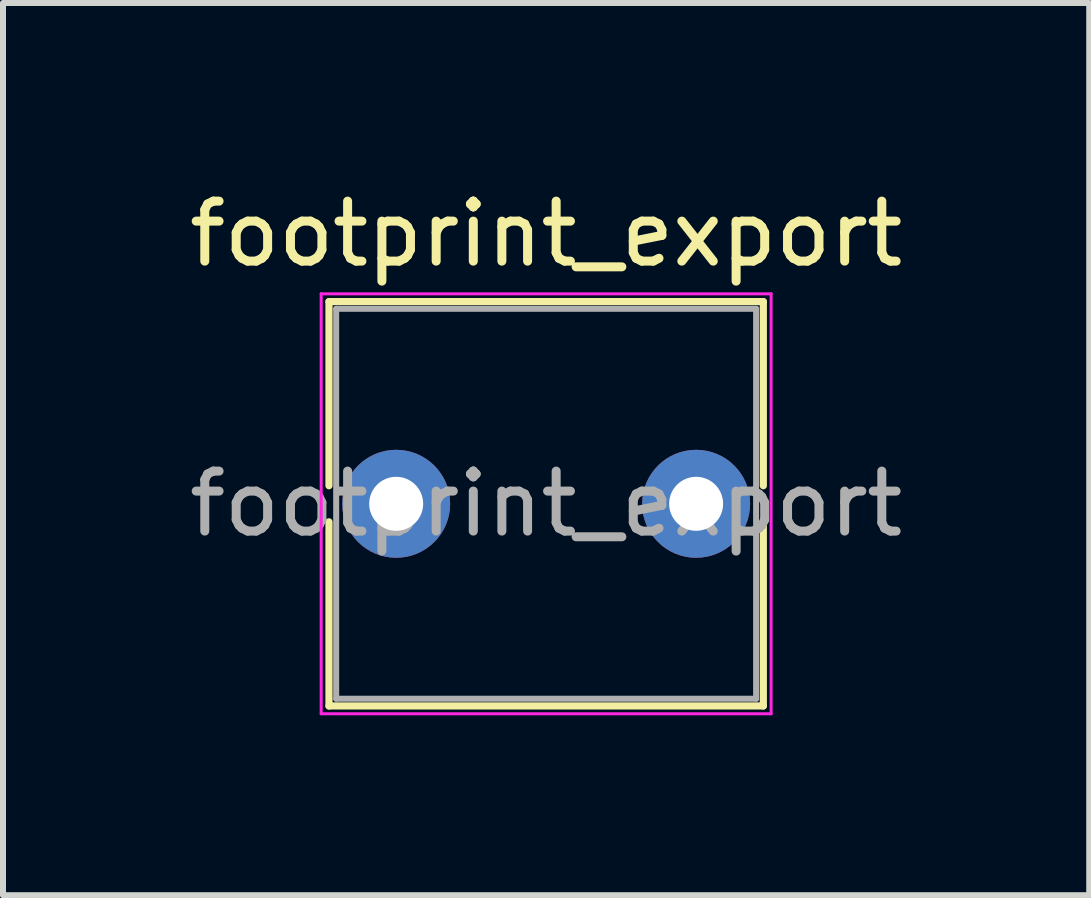
<source format=kicad_pcb>
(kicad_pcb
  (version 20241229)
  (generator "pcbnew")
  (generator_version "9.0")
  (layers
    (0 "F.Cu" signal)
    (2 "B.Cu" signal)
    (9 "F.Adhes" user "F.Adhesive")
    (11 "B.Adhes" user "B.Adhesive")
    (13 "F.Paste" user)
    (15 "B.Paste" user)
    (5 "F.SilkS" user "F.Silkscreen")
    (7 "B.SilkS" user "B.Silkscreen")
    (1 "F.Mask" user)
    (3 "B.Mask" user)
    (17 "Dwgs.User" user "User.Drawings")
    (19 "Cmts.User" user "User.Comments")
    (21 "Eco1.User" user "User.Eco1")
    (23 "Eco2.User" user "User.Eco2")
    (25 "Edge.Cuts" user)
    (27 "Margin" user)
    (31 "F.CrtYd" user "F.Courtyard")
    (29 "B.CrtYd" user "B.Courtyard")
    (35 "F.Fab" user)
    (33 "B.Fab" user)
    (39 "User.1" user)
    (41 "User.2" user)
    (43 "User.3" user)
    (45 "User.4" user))
  (footprint "footprint_export"
    (layer "F.Cu")
    (at 3.554 5.348)
    (property "Reference" "footprint_export" (at 2.5 -4.5 0) (layer "F.SilkS") (effects (font (size 1 1) (thickness 0.15))))
    (attr through_hole)
    (fp_line (start -1.12 -3.37) (end -1.12 -0.301) (stroke (width 0.12) (type solid)) (layer "F.SilkS"))
    (fp_line (start -1.12 -3.37) (end 6.12 -3.37) (stroke (width 0.12) (type solid)) (layer "F.SilkS"))
    (fp_line (start -1.12 0.301) (end -1.12 3.37) (stroke (width 0.12) (type solid)) (layer "F.SilkS"))
    (fp_line (start -1.12 3.37) (end 6.12 3.37) (stroke (width 0.12) (type solid)) (layer "F.SilkS"))
    (fp_line (start 6.12 -3.37) (end 6.12 -0.301) (stroke (width 0.12) (type solid)) (layer "F.SilkS"))
    (fp_line (start 6.12 0.301) (end 6.12 3.37) (stroke (width 0.12) (type solid)) (layer "F.SilkS"))
    (fp_line (start -1.25 -3.5) (end -1.25 3.5) (stroke (width 0.05) (type solid)) (layer "F.CrtYd"))
    (fp_line (start -1.25 3.5) (end 6.25 3.5) (stroke (width 0.05) (type solid)) (layer "F.CrtYd"))
    (fp_line (start 6.25 -3.5) (end -1.25 -3.5) (stroke (width 0.05) (type solid)) (layer "F.CrtYd"))
    (fp_line (start 6.25 3.5) (end 6.25 -3.5) (stroke (width 0.05) (type solid)) (layer "F.CrtYd"))
    (fp_line (start -1 -3.25) (end -1 3.25) (stroke (width 0.1) (type solid)) (layer "F.Fab"))
    (fp_line (start -1 3.25) (end 6 3.25) (stroke (width 0.1) (type solid)) (layer "F.Fab"))
    (fp_line (start 6 -3.25) (end -1 -3.25) (stroke (width 0.1) (type solid)) (layer "F.Fab"))
    (fp_line (start 6 3.25) (end 6 -3.25) (stroke (width 0.1) (type solid)) (layer "F.Fab"))
    (fp_text user "${REFERENCE}" (at 2.5 0 0) (layer "F.Fab") (effects (font (size 1 1) (thickness 0.15))))
    (pad "1" thru_hole circle (at 0 0) (size 1.8 1.8) (drill 0.9) (layers "*.Cu" "*.Mask"))
    (pad "2" thru_hole circle (at 5 0) (size 1.8 1.8) (drill 0.9) (layers "*.Cu" "*.Mask")))
  (gr_rect
    (start -3 -3)
    (end 15.107 11.873)
    (stroke (width 0.1) (type default))
    (fill no)
    (layer "Edge.Cuts")))
</source>
